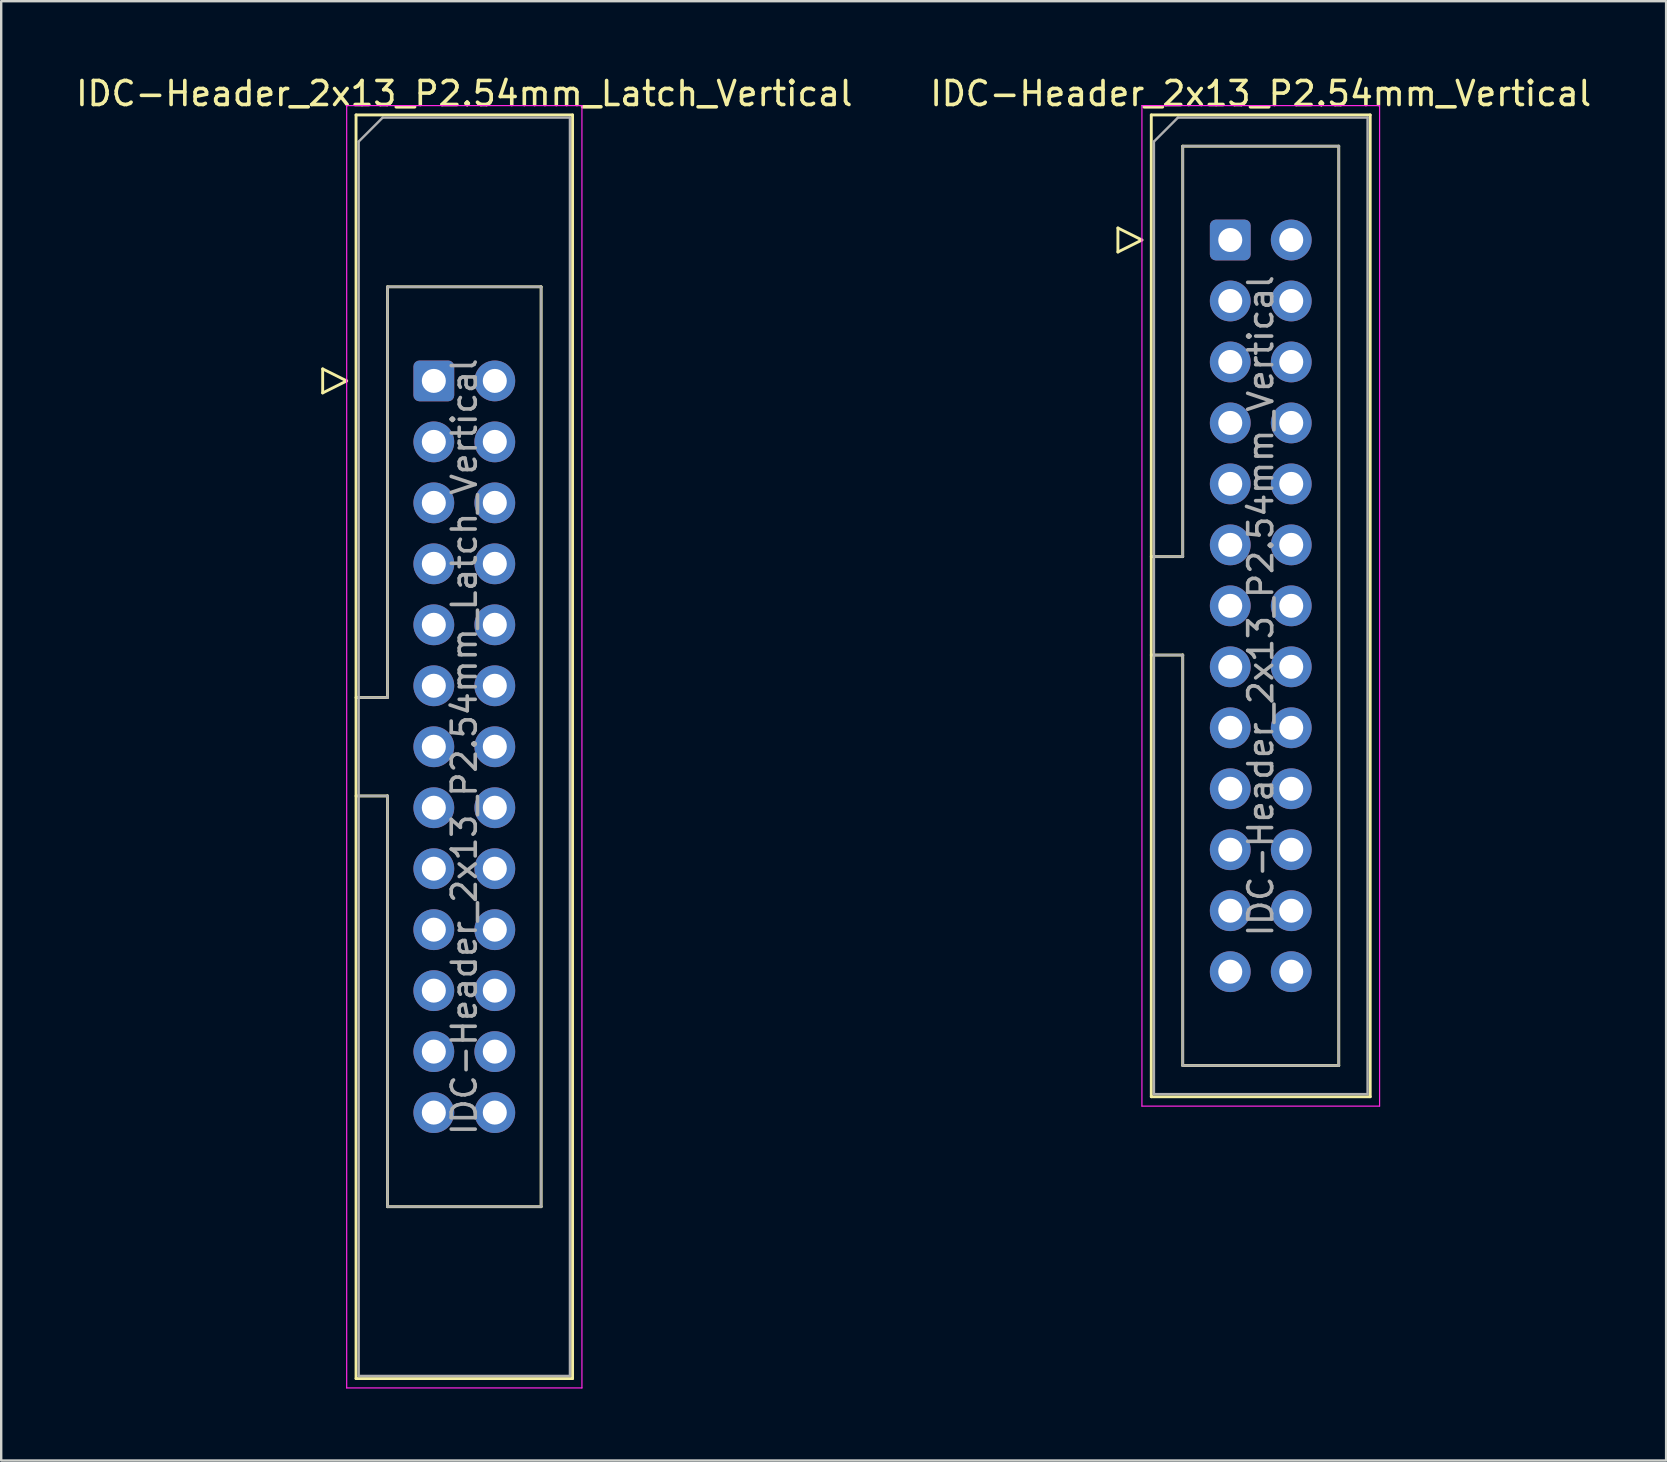
<source format=kicad_pcb>
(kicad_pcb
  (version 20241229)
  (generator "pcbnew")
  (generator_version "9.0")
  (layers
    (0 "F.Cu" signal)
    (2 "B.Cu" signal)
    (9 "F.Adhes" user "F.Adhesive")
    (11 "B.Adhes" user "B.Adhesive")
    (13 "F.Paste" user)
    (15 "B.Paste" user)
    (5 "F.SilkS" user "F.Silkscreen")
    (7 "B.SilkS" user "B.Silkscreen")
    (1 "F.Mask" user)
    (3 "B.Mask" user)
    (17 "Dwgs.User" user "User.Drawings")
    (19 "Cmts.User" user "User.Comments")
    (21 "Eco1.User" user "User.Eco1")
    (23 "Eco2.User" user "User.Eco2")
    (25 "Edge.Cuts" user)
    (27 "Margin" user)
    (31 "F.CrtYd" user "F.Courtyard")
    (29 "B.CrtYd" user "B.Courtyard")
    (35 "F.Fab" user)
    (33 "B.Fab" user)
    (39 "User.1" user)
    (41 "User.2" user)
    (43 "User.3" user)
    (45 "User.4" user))
  (footprint "IDC-Header_2x13_P2.54mm_Vertical"
    (layer "F.Cu")
    (at 48.2 6.948)
    (property "Reference" "IDC-Header_2x13_P2.54mm_Vertical" (at 1.27 -6.1 0) (layer "F.SilkS") (effects (font (size 1 1) (thickness 0.15))))
    (attr through_hole)
    (fp_line (start -4.68 -0.5) (end -4.68 0.5) (stroke (width 0.12) (type solid)) (layer "F.SilkS"))
    (fp_line (start -4.68 0.5) (end -3.68 0) (stroke (width 0.12) (type solid)) (layer "F.SilkS"))
    (fp_line (start -3.68 0) (end -4.68 -0.5) (stroke (width 0.12) (type solid)) (layer "F.SilkS"))
    (fp_line (start -3.29 -5.21) (end 5.83 -5.21) (stroke (width 0.12) (type solid)) (layer "F.SilkS"))
    (fp_line (start -3.29 13.19) (end -1.98 13.19) (stroke (width 0.12) (type solid)) (layer "F.SilkS"))
    (fp_line (start -3.29 35.69) (end -3.29 -5.21) (stroke (width 0.12) (type solid)) (layer "F.SilkS"))
    (fp_line (start -1.98 -3.91) (end 4.52 -3.91) (stroke (width 0.12) (type solid)) (layer "F.SilkS"))
    (fp_line (start -1.98 13.19) (end -1.98 -3.91) (stroke (width 0.12) (type solid)) (layer "F.SilkS"))
    (fp_line (start -1.98 17.29) (end -3.29 17.29) (stroke (width 0.12) (type solid)) (layer "F.SilkS"))
    (fp_line (start -1.98 17.29) (end -1.98 17.29) (stroke (width 0.12) (type solid)) (layer "F.SilkS"))
    (fp_line (start -1.98 34.39) (end -1.98 17.29) (stroke (width 0.12) (type solid)) (layer "F.SilkS"))
    (fp_line (start 4.52 -3.91) (end 4.52 34.39) (stroke (width 0.12) (type solid)) (layer "F.SilkS"))
    (fp_line (start 4.52 34.39) (end -1.98 34.39) (stroke (width 0.12) (type solid)) (layer "F.SilkS"))
    (fp_line (start 5.83 -5.21) (end 5.83 35.69) (stroke (width 0.12) (type solid)) (layer "F.SilkS"))
    (fp_line (start 5.83 35.69) (end -3.29 35.69) (stroke (width 0.12) (type solid)) (layer "F.SilkS"))
    (fp_line (start -3.68 -5.6) (end -3.68 36.08) (stroke (width 0.05) (type solid)) (layer "F.CrtYd"))
    (fp_line (start -3.68 36.08) (end 6.22 36.08) (stroke (width 0.05) (type solid)) (layer "F.CrtYd"))
    (fp_line (start 6.22 -5.6) (end -3.68 -5.6) (stroke (width 0.05) (type solid)) (layer "F.CrtYd"))
    (fp_line (start 6.22 36.08) (end 6.22 -5.6) (stroke (width 0.05) (type solid)) (layer "F.CrtYd"))
    (fp_line (start -3.18 -4.1) (end -2.18 -5.1) (stroke (width 0.1) (type solid)) (layer "F.Fab"))
    (fp_line (start -3.18 13.19) (end -1.98 13.19) (stroke (width 0.1) (type solid)) (layer "F.Fab"))
    (fp_line (start -3.18 35.58) (end -3.18 -4.1) (stroke (width 0.1) (type solid)) (layer "F.Fab"))
    (fp_line (start -2.18 -5.1) (end 5.72 -5.1) (stroke (width 0.1) (type solid)) (layer "F.Fab"))
    (fp_line (start -1.98 -3.91) (end 4.52 -3.91) (stroke (width 0.1) (type solid)) (layer "F.Fab"))
    (fp_line (start -1.98 13.19) (end -1.98 -3.91) (stroke (width 0.1) (type solid)) (layer "F.Fab"))
    (fp_line (start -1.98 17.29) (end -3.18 17.29) (stroke (width 0.1) (type solid)) (layer "F.Fab"))
    (fp_line (start -1.98 17.29) (end -1.98 17.29) (stroke (width 0.1) (type solid)) (layer "F.Fab"))
    (fp_line (start -1.98 34.39) (end -1.98 17.29) (stroke (width 0.1) (type solid)) (layer "F.Fab"))
    (fp_line (start 4.52 -3.91) (end 4.52 34.39) (stroke (width 0.1) (type solid)) (layer "F.Fab"))
    (fp_line (start 4.52 34.39) (end -1.98 34.39) (stroke (width 0.1) (type solid)) (layer "F.Fab"))
    (fp_line (start 5.72 -5.1) (end 5.72 35.58) (stroke (width 0.1) (type solid)) (layer "F.Fab"))
    (fp_line (start 5.72 35.58) (end -3.18 35.58) (stroke (width 0.1) (type solid)) (layer "F.Fab"))
    (fp_text user "${REFERENCE}" (at 1.27 15.24 90) (layer "F.Fab") (effects (font (size 1 1) (thickness 0.15))))
    (pad "1" thru_hole roundrect (at 0 0) (size 1.7 1.7) (drill 1) (layers "*.Cu" "*.Mask") (roundrect_rratio 0.147))
    (pad "2" thru_hole circle (at 2.54 0) (size 1.7 1.7) (drill 1) (layers "*.Cu" "*.Mask"))
    (pad "3" thru_hole circle (at 0 2.54) (size 1.7 1.7) (drill 1) (layers "*.Cu" "*.Mask"))
    (pad "4" thru_hole circle (at 2.54 2.54) (size 1.7 1.7) (drill 1) (layers "*.Cu" "*.Mask"))
    (pad "5" thru_hole circle (at 0 5.08) (size 1.7 1.7) (drill 1) (layers "*.Cu" "*.Mask"))
    (pad "6" thru_hole circle (at 2.54 5.08) (size 1.7 1.7) (drill 1) (layers "*.Cu" "*.Mask"))
    (pad "7" thru_hole circle (at 0 7.62) (size 1.7 1.7) (drill 1) (layers "*.Cu" "*.Mask"))
    (pad "8" thru_hole circle (at 2.54 7.62) (size 1.7 1.7) (drill 1) (layers "*.Cu" "*.Mask"))
    (pad "9" thru_hole circle (at 0 10.16) (size 1.7 1.7) (drill 1) (layers "*.Cu" "*.Mask"))
    (pad "10" thru_hole circle (at 2.54 10.16) (size 1.7 1.7) (drill 1) (layers "*.Cu" "*.Mask"))
    (pad "11" thru_hole circle (at 0 12.7) (size 1.7 1.7) (drill 1) (layers "*.Cu" "*.Mask"))
    (pad "12" thru_hole circle (at 2.54 12.7) (size 1.7 1.7) (drill 1) (layers "*.Cu" "*.Mask"))
    (pad "13" thru_hole circle (at 0 15.24) (size 1.7 1.7) (drill 1) (layers "*.Cu" "*.Mask"))
    (pad "14" thru_hole circle (at 2.54 15.24) (size 1.7 1.7) (drill 1) (layers "*.Cu" "*.Mask"))
    (pad "15" thru_hole circle (at 0 17.78) (size 1.7 1.7) (drill 1) (layers "*.Cu" "*.Mask"))
    (pad "16" thru_hole circle (at 2.54 17.78) (size 1.7 1.7) (drill 1) (layers "*.Cu" "*.Mask"))
    (pad "17" thru_hole circle (at 0 20.32) (size 1.7 1.7) (drill 1) (layers "*.Cu" "*.Mask"))
    (pad "18" thru_hole circle (at 2.54 20.32) (size 1.7 1.7) (drill 1) (layers "*.Cu" "*.Mask"))
    (pad "19" thru_hole circle (at 0 22.86) (size 1.7 1.7) (drill 1) (layers "*.Cu" "*.Mask"))
    (pad "20" thru_hole circle (at 2.54 22.86) (size 1.7 1.7) (drill 1) (layers "*.Cu" "*.Mask"))
    (pad "21" thru_hole circle (at 0 25.4) (size 1.7 1.7) (drill 1) (layers "*.Cu" "*.Mask"))
    (pad "22" thru_hole circle (at 2.54 25.4) (size 1.7 1.7) (drill 1) (layers "*.Cu" "*.Mask"))
    (pad "23" thru_hole circle (at 0 27.94) (size 1.7 1.7) (drill 1) (layers "*.Cu" "*.Mask"))
    (pad "24" thru_hole circle (at 2.54 27.94) (size 1.7 1.7) (drill 1) (layers "*.Cu" "*.Mask"))
    (pad "25" thru_hole circle (at 0 30.48) (size 1.7 1.7) (drill 1) (layers "*.Cu" "*.Mask"))
    (pad "26" thru_hole circle (at 2.54 30.48) (size 1.7 1.7) (drill 1) (layers "*.Cu" "*.Mask")))
  (footprint "IDC-Header_2x13_P2.54mm_Latch_Vertical"
    (layer "F.Cu")
    (at 15.022 12.818)
    (property "Reference" "IDC-Header_2x13_P2.54mm_Latch_Vertical" (at 1.27 -11.97 0) (layer "F.SilkS") (effects (font (size 1 1) (thickness 0.15))))
    (attr through_hole)
    (fp_line (start -4.63 -0.5) (end -4.63 0.5) (stroke (width 0.12) (type solid)) (layer "F.SilkS"))
    (fp_line (start -4.63 0.5) (end -3.63 0) (stroke (width 0.12) (type solid)) (layer "F.SilkS"))
    (fp_line (start -3.63 0) (end -4.63 -0.5) (stroke (width 0.12) (type solid)) (layer "F.SilkS"))
    (fp_line (start -3.24 -11.08) (end 5.78 -11.08) (stroke (width 0.12) (type solid)) (layer "F.SilkS"))
    (fp_line (start -3.24 13.19) (end -1.93 13.19) (stroke (width 0.12) (type solid)) (layer "F.SilkS"))
    (fp_line (start -3.24 41.56) (end -3.24 -11.08) (stroke (width 0.12) (type solid)) (layer "F.SilkS"))
    (fp_line (start -1.93 -3.92) (end 4.47 -3.92) (stroke (width 0.12) (type solid)) (layer "F.SilkS"))
    (fp_line (start -1.93 13.19) (end -1.93 -3.92) (stroke (width 0.12) (type solid)) (layer "F.SilkS"))
    (fp_line (start -1.93 17.29) (end -3.24 17.29) (stroke (width 0.12) (type solid)) (layer "F.SilkS"))
    (fp_line (start -1.93 17.29) (end -1.93 17.29) (stroke (width 0.12) (type solid)) (layer "F.SilkS"))
    (fp_line (start -1.93 34.4) (end -1.93 17.29) (stroke (width 0.12) (type solid)) (layer "F.SilkS"))
    (fp_line (start 4.47 -3.92) (end 4.47 34.4) (stroke (width 0.12) (type solid)) (layer "F.SilkS"))
    (fp_line (start 4.47 34.4) (end -1.93 34.4) (stroke (width 0.12) (type solid)) (layer "F.SilkS"))
    (fp_line (start 5.78 -11.08) (end 5.78 41.56) (stroke (width 0.12) (type solid)) (layer "F.SilkS"))
    (fp_line (start 5.78 41.56) (end -3.24 41.56) (stroke (width 0.12) (type solid)) (layer "F.SilkS"))
    (fp_line (start -3.63 -11.47) (end -3.63 41.95) (stroke (width 0.05) (type solid)) (layer "F.CrtYd"))
    (fp_line (start -3.63 41.95) (end 6.17 41.95) (stroke (width 0.05) (type solid)) (layer "F.CrtYd"))
    (fp_line (start 6.17 -11.47) (end -3.63 -11.47) (stroke (width 0.05) (type solid)) (layer "F.CrtYd"))
    (fp_line (start 6.17 41.95) (end 6.17 -11.47) (stroke (width 0.05) (type solid)) (layer "F.CrtYd"))
    (fp_line (start -3.13 -9.97) (end -2.13 -10.97) (stroke (width 0.1) (type solid)) (layer "F.Fab"))
    (fp_line (start -3.13 13.19) (end -1.93 13.19) (stroke (width 0.1) (type solid)) (layer "F.Fab"))
    (fp_line (start -3.13 41.45) (end -3.13 -9.97) (stroke (width 0.1) (type solid)) (layer "F.Fab"))
    (fp_line (start -2.13 -10.97) (end 5.67 -10.97) (stroke (width 0.1) (type solid)) (layer "F.Fab"))
    (fp_line (start -1.93 -3.92) (end 4.47 -3.92) (stroke (width 0.1) (type solid)) (layer "F.Fab"))
    (fp_line (start -1.93 13.19) (end -1.93 -3.92) (stroke (width 0.1) (type solid)) (layer "F.Fab"))
    (fp_line (start -1.93 17.29) (end -3.13 17.29) (stroke (width 0.1) (type solid)) (layer "F.Fab"))
    (fp_line (start -1.93 17.29) (end -1.93 17.29) (stroke (width 0.1) (type solid)) (layer "F.Fab"))
    (fp_line (start -1.93 34.4) (end -1.93 17.29) (stroke (width 0.1) (type solid)) (layer "F.Fab"))
    (fp_line (start 4.47 -3.92) (end 4.47 34.4) (stroke (width 0.1) (type solid)) (layer "F.Fab"))
    (fp_line (start 4.47 34.4) (end -1.93 34.4) (stroke (width 0.1) (type solid)) (layer "F.Fab"))
    (fp_line (start 5.67 -10.97) (end 5.67 41.45) (stroke (width 0.1) (type solid)) (layer "F.Fab"))
    (fp_line (start 5.67 41.45) (end -3.13 41.45) (stroke (width 0.1) (type solid)) (layer "F.Fab"))
    (fp_text user "${REFERENCE}" (at 1.27 15.24 90) (layer "F.Fab") (effects (font (size 1 1) (thickness 0.15))))
    (pad "1" thru_hole roundrect (at 0 0) (size 1.7 1.7) (drill 1) (layers "*.Cu" "*.Mask") (roundrect_rratio 0.147))
    (pad "2" thru_hole circle (at 2.54 0) (size 1.7 1.7) (drill 1) (layers "*.Cu" "*.Mask"))
    (pad "3" thru_hole circle (at 0 2.54) (size 1.7 1.7) (drill 1) (layers "*.Cu" "*.Mask"))
    (pad "4" thru_hole circle (at 2.54 2.54) (size 1.7 1.7) (drill 1) (layers "*.Cu" "*.Mask"))
    (pad "5" thru_hole circle (at 0 5.08) (size 1.7 1.7) (drill 1) (layers "*.Cu" "*.Mask"))
    (pad "6" thru_hole circle (at 2.54 5.08) (size 1.7 1.7) (drill 1) (layers "*.Cu" "*.Mask"))
    (pad "7" thru_hole circle (at 0 7.62) (size 1.7 1.7) (drill 1) (layers "*.Cu" "*.Mask"))
    (pad "8" thru_hole circle (at 2.54 7.62) (size 1.7 1.7) (drill 1) (layers "*.Cu" "*.Mask"))
    (pad "9" thru_hole circle (at 0 10.16) (size 1.7 1.7) (drill 1) (layers "*.Cu" "*.Mask"))
    (pad "10" thru_hole circle (at 2.54 10.16) (size 1.7 1.7) (drill 1) (layers "*.Cu" "*.Mask"))
    (pad "11" thru_hole circle (at 0 12.7) (size 1.7 1.7) (drill 1) (layers "*.Cu" "*.Mask"))
    (pad "12" thru_hole circle (at 2.54 12.7) (size 1.7 1.7) (drill 1) (layers "*.Cu" "*.Mask"))
    (pad "13" thru_hole circle (at 0 15.24) (size 1.7 1.7) (drill 1) (layers "*.Cu" "*.Mask"))
    (pad "14" thru_hole circle (at 2.54 15.24) (size 1.7 1.7) (drill 1) (layers "*.Cu" "*.Mask"))
    (pad "15" thru_hole circle (at 0 17.78) (size 1.7 1.7) (drill 1) (layers "*.Cu" "*.Mask"))
    (pad "16" thru_hole circle (at 2.54 17.78) (size 1.7 1.7) (drill 1) (layers "*.Cu" "*.Mask"))
    (pad "17" thru_hole circle (at 0 20.32) (size 1.7 1.7) (drill 1) (layers "*.Cu" "*.Mask"))
    (pad "18" thru_hole circle (at 2.54 20.32) (size 1.7 1.7) (drill 1) (layers "*.Cu" "*.Mask"))
    (pad "19" thru_hole circle (at 0 22.86) (size 1.7 1.7) (drill 1) (layers "*.Cu" "*.Mask"))
    (pad "20" thru_hole circle (at 2.54 22.86) (size 1.7 1.7) (drill 1) (layers "*.Cu" "*.Mask"))
    (pad "21" thru_hole circle (at 0 25.4) (size 1.7 1.7) (drill 1) (layers "*.Cu" "*.Mask"))
    (pad "22" thru_hole circle (at 2.54 25.4) (size 1.7 1.7) (drill 1) (layers "*.Cu" "*.Mask"))
    (pad "23" thru_hole circle (at 0 27.94) (size 1.7 1.7) (drill 1) (layers "*.Cu" "*.Mask"))
    (pad "24" thru_hole circle (at 2.54 27.94) (size 1.7 1.7) (drill 1) (layers "*.Cu" "*.Mask"))
    (pad "25" thru_hole circle (at 0 30.48) (size 1.7 1.7) (drill 1) (layers "*.Cu" "*.Mask"))
    (pad "26" thru_hole circle (at 2.54 30.48) (size 1.7 1.7) (drill 1) (layers "*.Cu" "*.Mask")))
  (gr_rect
    (start -3 -3)
    (end 66.357 57.793)
    (stroke (width 0.1) (type default))
    (fill no)
    (layer "Edge.Cuts")))
</source>
